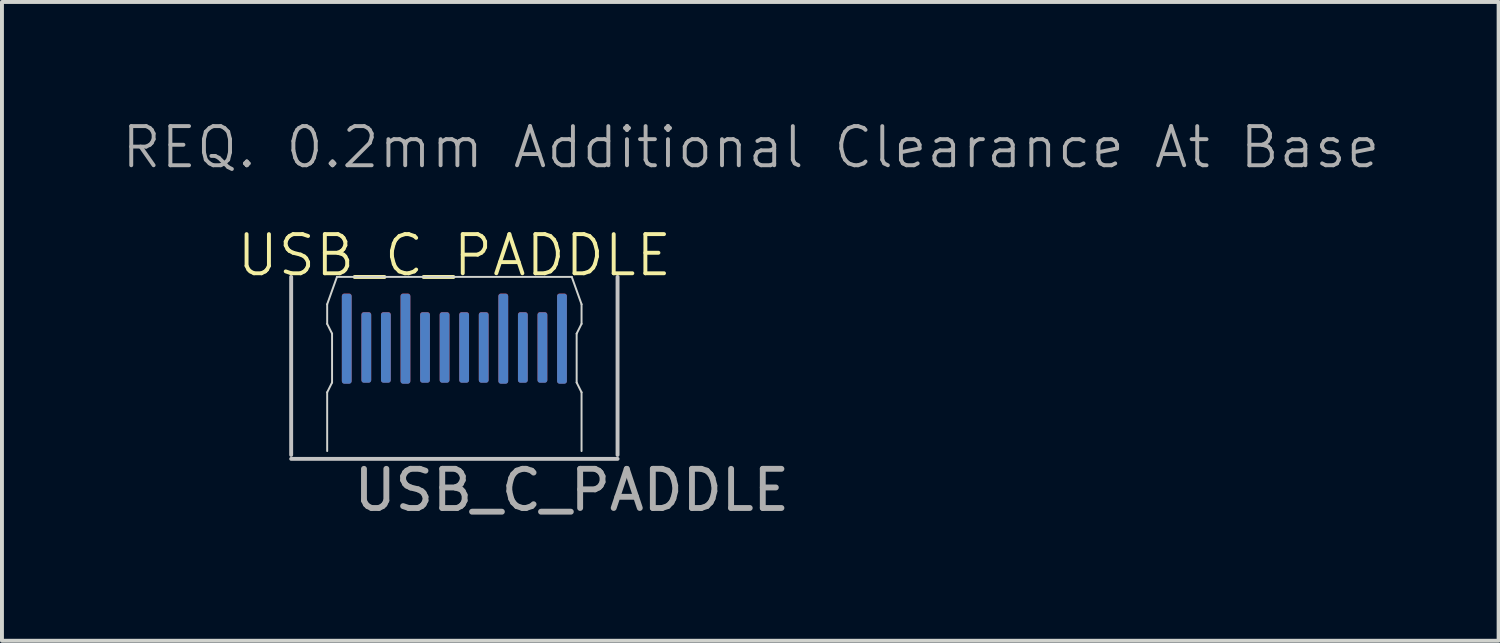
<source format=kicad_pcb>
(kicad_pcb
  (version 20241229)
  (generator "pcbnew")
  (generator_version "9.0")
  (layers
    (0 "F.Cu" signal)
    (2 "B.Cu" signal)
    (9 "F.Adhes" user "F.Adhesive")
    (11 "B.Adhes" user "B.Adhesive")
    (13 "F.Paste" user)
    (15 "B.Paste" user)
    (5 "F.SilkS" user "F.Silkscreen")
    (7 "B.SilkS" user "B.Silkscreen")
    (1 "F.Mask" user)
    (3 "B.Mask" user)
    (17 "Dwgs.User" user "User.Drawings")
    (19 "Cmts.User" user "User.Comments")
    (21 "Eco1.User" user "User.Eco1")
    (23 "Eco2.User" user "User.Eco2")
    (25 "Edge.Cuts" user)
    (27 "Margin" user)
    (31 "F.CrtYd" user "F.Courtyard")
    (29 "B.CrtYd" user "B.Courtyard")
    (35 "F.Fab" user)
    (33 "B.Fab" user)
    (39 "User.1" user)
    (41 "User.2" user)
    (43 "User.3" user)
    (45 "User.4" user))
  (footprint "USB_C_PADDLE"
    (layer "F.Cu")
    (at 8.56 6.475)
    (property "Reference" "USB_C_PADDLE" (at 0 -3 0) (unlocked yes) (layer "F.SilkS") (effects (font (size 1 1) (thickness 0.1))))
    (attr smd)
    (fp_line (start -4.17 2.1) (end -4.17 -2.45) (stroke (width 0.1) (type default)) (layer "Dwgs.User"))
    (fp_line (start 4.17 2.1) (end 4.17 -2.45) (stroke (width 0.1) (type default)) (layer "Dwgs.User"))
    (fp_line (start 4.17 2.2) (end -4.17 2.2) (stroke (width 0.1) (type default)) (layer "Dwgs.User"))
    (fp_line (start -3.25 -1.75) (end -3.25 -1.25) (stroke (width 0.05) (type default)) (layer "Edge.Cuts"))
    (fp_line (start -3.25 -1.25) (end -3.125 -1) (stroke (width 0.05) (type default)) (layer "Edge.Cuts"))
    (fp_line (start -3.25 0.5) (end -3.25 2) (stroke (width 0.05) (type default)) (layer "Edge.Cuts"))
    (fp_line (start -3.25 0.5) (end -3.125 0.25) (stroke (width 0.05) (type default)) (layer "Edge.Cuts"))
    (fp_line (start -3.125 -1) (end -3.125 0.25) (stroke (width 0.05) (type default)) (layer "Edge.Cuts"))
    (fp_line (start -3 -2.45) (end -3.25 -1.75) (stroke (width 0.05) (type default)) (layer "Edge.Cuts"))
    (fp_line (start 3 -2.45) (end -3 -2.45) (stroke (width 0.05) (type default)) (layer "Edge.Cuts"))
    (fp_line (start 3 -2.45) (end 3.25 -1.75) (stroke (width 0.05) (type default)) (layer "Edge.Cuts"))
    (fp_line (start 3.125 -1) (end 3.125 0.25) (stroke (width 0.05) (type default)) (layer "Edge.Cuts"))
    (fp_line (start 3.25 -1.75) (end 3.25 -1.25) (stroke (width 0.05) (type default)) (layer "Edge.Cuts"))
    (fp_line (start 3.25 -1.25) (end 3.125 -1) (stroke (width 0.05) (type default)) (layer "Edge.Cuts"))
    (fp_line (start 3.25 0.5) (end 3.125 0.25) (stroke (width 0.05) (type default)) (layer "Edge.Cuts"))
    (fp_line (start 3.25 2) (end 3.25 0.5) (stroke (width 0.05) (type default)) (layer "Edge.Cuts"))
    (fp_text user "REQ. 0.2mm Additional Clearance At Base" (at -8.56 -5.175 0) (unlocked yes) (layer "F.Fab") (effects (font (size 1 1) (thickness 0.1)) (justify left bottom)))
    (fp_text user "${REFERENCE}" (at 3 3 0) (unlocked yes) (layer "F.Fab") (effects (font (size 1 1) (thickness 0.15))))
    (pad "A1" smd roundrect (at 2.75 -0.875) (size 0.25 2.3) (layers "F.Cu" "F.Mask") (roundrect_rratio 0.25))
    (pad "A2" smd roundrect (at 2.25 -0.65) (size 0.25 1.8) (layers "F.Cu" "F.Mask") (roundrect_rratio 0.25))
    (pad "A3" smd roundrect (at 1.75 -0.65) (size 0.25 1.8) (layers "F.Cu" "F.Mask") (roundrect_rratio 0.25))
    (pad "A4" smd roundrect (at 1.25 -0.875) (size 0.25 2.3) (layers "F.Cu" "F.Mask") (roundrect_rratio 0.25))
    (pad "A5" smd roundrect (at 0.75 -0.65) (size 0.25 1.8) (layers "F.Cu" "F.Mask") (roundrect_rratio 0.25))
    (pad "A6" smd roundrect (at 0.25 -0.65) (size 0.25 1.8) (layers "F.Cu" "F.Mask") (roundrect_rratio 0.25))
    (pad "A7" smd roundrect (at -0.25 -0.65 180) (size 0.25 1.8) (layers "F.Cu" "F.Mask") (roundrect_rratio 0.25))
    (pad "A8" smd roundrect (at -0.75 -0.65 180) (size 0.25 1.8) (layers "F.Cu" "F.Mask") (roundrect_rratio 0.25))
    (pad "A9" smd roundrect (at -1.25 -0.875 180) (size 0.25 2.3) (layers "F.Cu" "F.Mask") (roundrect_rratio 0.25))
    (pad "A10" smd roundrect (at -1.75 -0.65 180) (size 0.25 1.8) (layers "F.Cu" "F.Mask") (roundrect_rratio 0.25))
    (pad "A11" smd roundrect (at -2.25 -0.65 180) (size 0.25 1.8) (layers "F.Cu" "F.Mask") (roundrect_rratio 0.25))
    (pad "A12" smd roundrect (at -2.75 -0.875 180) (size 0.25 2.3) (layers "F.Cu" "F.Mask") (roundrect_rratio 0.25))
    (pad "B1" smd roundrect (at -2.75 -0.87) (size 0.25 2.3) (layers "B.Cu" "B.Mask") (roundrect_rratio 0.25))
    (pad "B2" smd roundrect (at -2.25 -0.645) (size 0.25 1.8) (layers "B.Cu" "B.Mask") (roundrect_rratio 0.25))
    (pad "B3" smd roundrect (at -1.75 -0.645) (size 0.25 1.8) (layers "B.Cu" "B.Mask") (roundrect_rratio 0.25))
    (pad "B4" smd roundrect (at -1.25 -0.87) (size 0.25 2.3) (layers "B.Cu" "B.Mask") (roundrect_rratio 0.25))
    (pad "B5" smd roundrect (at -0.75 -0.645) (size 0.25 1.8) (layers "B.Cu" "B.Mask") (roundrect_rratio 0.25))
    (pad "B6" smd roundrect (at -0.25 -0.645) (size 0.25 1.8) (layers "B.Cu" "B.Mask") (roundrect_rratio 0.25))
    (pad "B7" smd roundrect (at 0.25 -0.645 180) (size 0.25 1.8) (layers "B.Cu" "B.Mask") (roundrect_rratio 0.25))
    (pad "B8" smd roundrect (at 0.75 -0.645 180) (size 0.25 1.8) (layers "B.Cu" "B.Mask") (roundrect_rratio 0.25))
    (pad "B9" smd roundrect (at 1.25 -0.87 180) (size 0.25 2.3) (layers "B.Cu" "B.Mask") (roundrect_rratio 0.25))
    (pad "B10" smd roundrect (at 1.75 -0.645 180) (size 0.25 1.8) (layers "B.Cu" "B.Mask") (roundrect_rratio 0.25))
    (pad "B11" smd roundrect (at 2.25 -0.645 180) (size 0.25 1.8) (layers "B.Cu" "B.Mask") (roundrect_rratio 0.25))
    (pad "B12" smd roundrect (at 2.75 -0.87 180) (size 0.25 2.3) (layers "B.Cu" "B.Mask") (roundrect_rratio 0.25)))
  (gr_rect
    (start -3 -3)
    (end 35.243 13.323)
    (stroke (width 0.1) (type default))
    (fill no)
    (layer "Edge.Cuts")))
</source>
